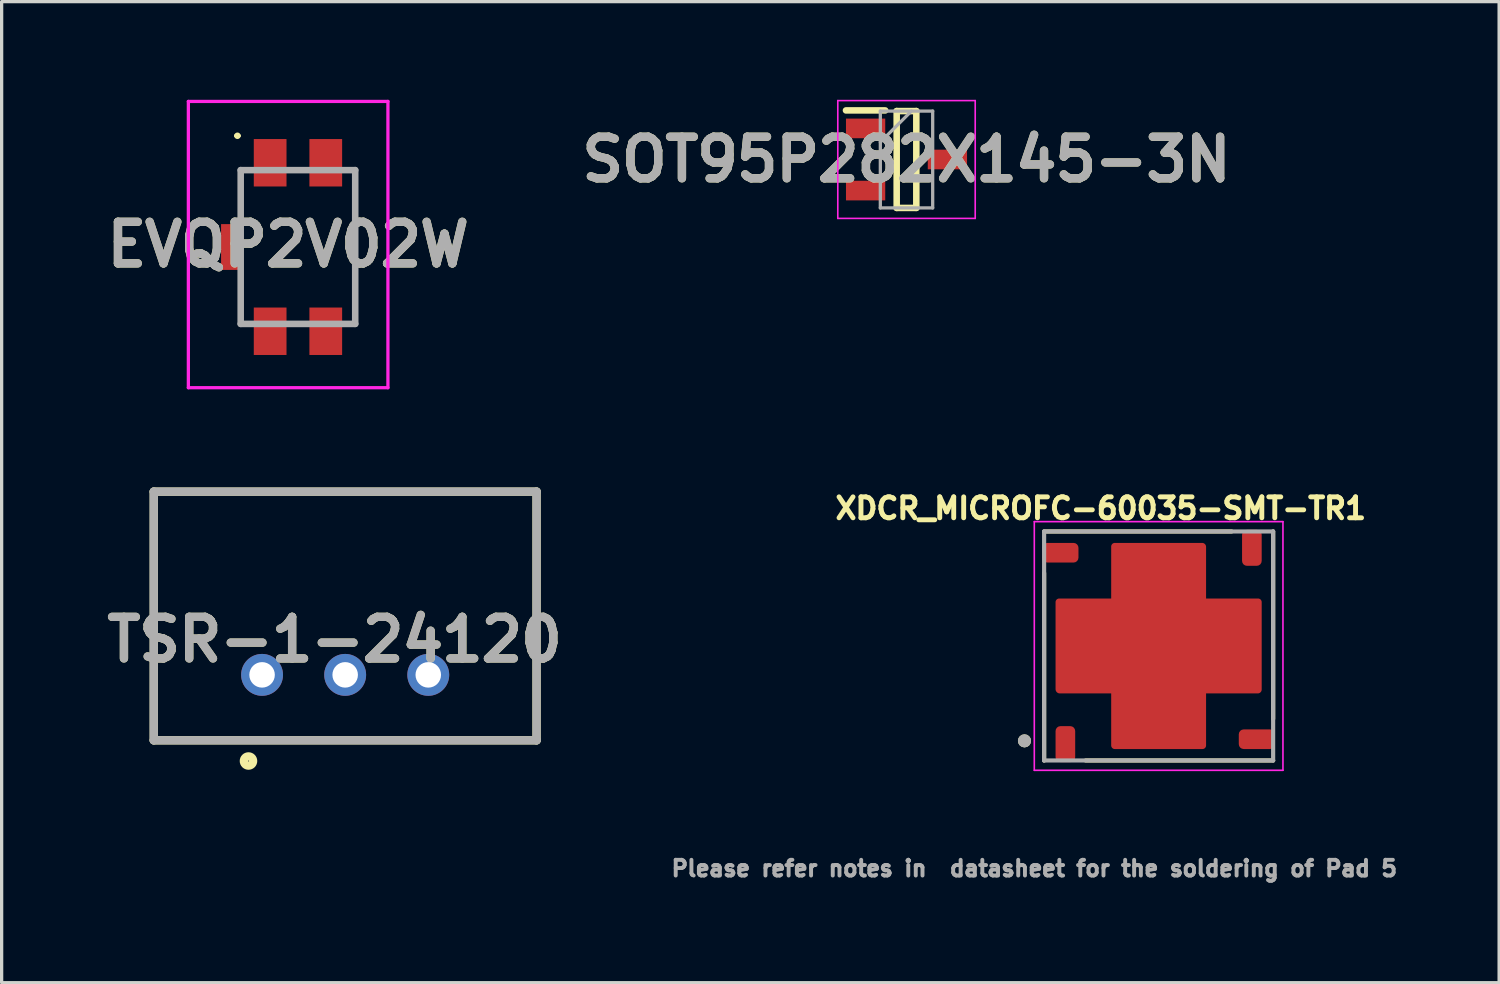
<source format=kicad_pcb>
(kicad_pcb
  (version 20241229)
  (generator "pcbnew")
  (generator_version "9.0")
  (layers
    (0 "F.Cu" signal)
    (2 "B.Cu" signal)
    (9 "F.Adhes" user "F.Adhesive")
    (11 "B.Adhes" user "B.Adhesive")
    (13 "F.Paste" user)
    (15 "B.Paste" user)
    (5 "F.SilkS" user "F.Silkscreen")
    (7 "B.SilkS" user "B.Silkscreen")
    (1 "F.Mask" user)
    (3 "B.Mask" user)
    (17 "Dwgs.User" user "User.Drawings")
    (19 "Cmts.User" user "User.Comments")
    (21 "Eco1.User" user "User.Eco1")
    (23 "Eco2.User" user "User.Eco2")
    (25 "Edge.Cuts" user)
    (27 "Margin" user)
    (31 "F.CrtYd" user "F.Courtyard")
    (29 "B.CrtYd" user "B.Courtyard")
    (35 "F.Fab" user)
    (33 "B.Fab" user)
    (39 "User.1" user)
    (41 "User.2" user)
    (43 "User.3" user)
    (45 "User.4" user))
  (footprint "SOT95P282X145-3N"
    (layer "F.Cu")
    (at 24.657 1.825)
    (property "Reference" "SOT95P282X145-3N" (at 0 0 0) (layer "F.SilkS") (effects (font (size 1.27 1.27) (thickness 0.254))))
    (attr smd)
    (fp_line (start -1.85 -1.5) (end -0.65 -1.5) (stroke (width 0.2) (type solid)) (layer "F.SilkS"))
    (fp_line (start -0.3 -1.48) (end 0.3 -1.48) (stroke (width 0.2) (type solid)) (layer "F.SilkS"))
    (fp_line (start -0.3 1.48) (end -0.3 -1.48) (stroke (width 0.2) (type solid)) (layer "F.SilkS"))
    (fp_line (start 0.3 -1.48) (end 0.3 1.48) (stroke (width 0.2) (type solid)) (layer "F.SilkS"))
    (fp_line (start 0.3 1.48) (end -0.3 1.48) (stroke (width 0.2) (type solid)) (layer "F.SilkS"))
    (fp_line (start -2.1 -1.8) (end 2.1 -1.8) (stroke (width 0.05) (type solid)) (layer "F.CrtYd"))
    (fp_line (start -2.1 1.8) (end -2.1 -1.8) (stroke (width 0.05) (type solid)) (layer "F.CrtYd"))
    (fp_line (start 2.1 -1.8) (end 2.1 1.8) (stroke (width 0.05) (type solid)) (layer "F.CrtYd"))
    (fp_line (start 2.1 1.8) (end -2.1 1.8) (stroke (width 0.05) (type solid)) (layer "F.CrtYd"))
    (fp_line (start -0.8 -1.48) (end 0.8 -1.48) (stroke (width 0.1) (type solid)) (layer "F.Fab"))
    (fp_line (start -0.8 -0.53) (end 0.15 -1.48) (stroke (width 0.1) (type solid)) (layer "F.Fab"))
    (fp_line (start -0.8 1.48) (end -0.8 -1.48) (stroke (width 0.1) (type solid)) (layer "F.Fab"))
    (fp_line (start 0.8 -1.48) (end 0.8 1.48) (stroke (width 0.1) (type solid)) (layer "F.Fab"))
    (fp_line (start 0.8 1.48) (end -0.8 1.48) (stroke (width 0.1) (type solid)) (layer "F.Fab"))
    (fp_text user "${REFERENCE}" (at 0 0 0) (layer "F.Fab") (effects (font (size 1.27 1.27) (thickness 0.254))))
    (pad "1" smd rect (at -1.25 -0.95 90) (size 0.6 1.2) (layers "F.Cu" "F.Mask" "F.Paste"))
    (pad "2" smd rect (at -1.25 0.95 90) (size 0.6 1.2) (layers "F.Cu" "F.Mask" "F.Paste"))
    (pad "3" smd rect (at 1.25 0 90) (size 0.6 1.2) (layers "F.Cu" "F.Mask" "F.Paste")))
  (footprint "XDCR_MICROFC-60035-SMT-TR1"
    (layer "F.Cu")
    (at 32.363 16.694)
    (property "Reference" "XDCR_MICROFC-60035-SMT-TR1" (at -1.768 -4.206 0) (layer "F.SilkS") (effects (font (size 0.64 0.64) (thickness 0.15))))
    (attr smd)
    (fp_poly (pts (xy -1.55 -1.55) (xy -1.55 -3.04) (xy -1.55 -3.051) (xy -1.549 -3.062) (xy -1.547 -3.073) (xy -1.545 -3.084) (xy -1.543 -3.094) (xy -1.54 -3.105) (xy -1.536 -3.115) (xy -1.532 -3.125) (xy -1.527 -3.135) (xy -1.522 -3.145) (xy -1.516 -3.154) (xy -1.51 -3.163) (xy -1.503 -3.172) (xy -1.496 -3.181) (xy -1.488 -3.188) (xy -1.481 -3.196) (xy -1.472 -3.203) (xy -1.463 -3.21) (xy -1.454 -3.216) (xy -1.445 -3.222) (xy -1.435 -3.227) (xy -1.425 -3.232) (xy -1.415 -3.236) (xy -1.405 -3.24) (xy -1.394 -3.243) (xy -1.384 -3.245) (xy -1.373 -3.247) (xy -1.362 -3.249) (xy -1.351 -3.25) (xy -1.34 -3.25) (xy -1.32 -3.25) (xy 1.33 -3.25) (xy 1.342 -3.25) (xy 1.353 -3.249) (xy 1.364 -3.247) (xy 1.376 -3.245) (xy 1.387 -3.243) (xy 1.398 -3.239) (xy 1.409 -3.235) (xy 1.419 -3.231) (xy 1.43 -3.226) (xy 1.44 -3.221) (xy 1.45 -3.215) (xy 1.459 -3.208) (xy 1.468 -3.201) (xy 1.477 -3.193) (xy 1.486 -3.186) (xy 1.493 -3.177) (xy 1.501 -3.168) (xy 1.508 -3.159) (xy 1.515 -3.15) (xy 1.521 -3.14) (xy 1.526 -3.13) (xy 1.531 -3.119) (xy 1.535 -3.109) (xy 1.539 -3.098) (xy 1.543 -3.087) (xy 1.545 -3.076) (xy 1.547 -3.064) (xy 1.549 -3.053) (xy 1.55 -3.042) (xy 1.55 -3.03) (xy 1.55 -1.55) (xy 3.04 -1.55) (xy 3.051 -1.55) (xy 3.062 -1.549) (xy 3.073 -1.547) (xy 3.084 -1.545) (xy 3.094 -1.543) (xy 3.105 -1.54) (xy 3.115 -1.536) (xy 3.125 -1.532) (xy 3.135 -1.527) (xy 3.145 -1.522) (xy 3.154 -1.516) (xy 3.163 -1.51) (xy 3.172 -1.503) (xy 3.181 -1.496) (xy 3.188 -1.488) (xy 3.196 -1.481) (xy 3.203 -1.472) (xy 3.21 -1.463) (xy 3.216 -1.454) (xy 3.222 -1.445) (xy 3.227 -1.435) (xy 3.232 -1.425) (xy 3.236 -1.415) (xy 3.24 -1.405) (xy 3.243 -1.394) (xy 3.245 -1.384) (xy 3.247 -1.373) (xy 3.249 -1.362) (xy 3.25 -1.351) (xy 3.25 -1.34) (xy 3.25 -1.31) (xy 3.25 1.3) (xy 3.25 1.33) (xy 3.25 1.342) (xy 3.249 1.353) (xy 3.247 1.364) (xy 3.245 1.376) (xy 3.243 1.387) (xy 3.239 1.398) (xy 3.235 1.409) (xy 3.231 1.419) (xy 3.226 1.43) (xy 3.221 1.44) (xy 3.215 1.45) (xy 3.208 1.459) (xy 3.201 1.468) (xy 3.193 1.477) (xy 3.186 1.486) (xy 3.177 1.493) (xy 3.168 1.501) (xy 3.159 1.508) (xy 3.15 1.515) (xy 3.14 1.521) (xy 3.13 1.526) (xy 3.119 1.531) (xy 3.109 1.535) (xy 3.098 1.539) (xy 3.087 1.543) (xy 3.076 1.545) (xy 3.064 1.547) (xy 3.053 1.549) (xy 3.042 1.55) (xy 3.03 1.55) (xy 1.55 1.55) (xy 1.55 3.04) (xy 1.55 3.051) (xy 1.549 3.062) (xy 1.547 3.073) (xy 1.545 3.084) (xy 1.543 3.094) (xy 1.54 3.105) (xy 1.536 3.115) (xy 1.532 3.125) (xy 1.527 3.135) (xy 1.522 3.145) (xy 1.516 3.154) (xy 1.51 3.163) (xy 1.503 3.172) (xy 1.496 3.181) (xy 1.488 3.188) (xy 1.481 3.196) (xy 1.472 3.203) (xy 1.463 3.21) (xy 1.454 3.216) (xy 1.445 3.222) (xy 1.435 3.227) (xy 1.425 3.232) (xy 1.415 3.236) (xy 1.405 3.24) (xy 1.394 3.243) (xy 1.384 3.245) (xy 1.373 3.247) (xy 1.362 3.249) (xy 1.351 3.25) (xy 1.34 3.25) (xy 1.31 3.25) (xy -1.32 3.25) (xy -1.34 3.25) (xy -1.351 3.25) (xy -1.362 3.249) (xy -1.373 3.247) (xy -1.384 3.245) (xy -1.394 3.243) (xy -1.405 3.24) (xy -1.415 3.236) (xy -1.425 3.232) (xy -1.435 3.227) (xy -1.445 3.222) (xy -1.454 3.216) (xy -1.463 3.21) (xy -1.472 3.203) (xy -1.481 3.196) (xy -1.488 3.188) (xy -1.496 3.181) (xy -1.503 3.172) (xy -1.51 3.163) (xy -1.516 3.154) (xy -1.522 3.145) (xy -1.527 3.135) (xy -1.532 3.125) (xy -1.536 3.115) (xy -1.54 3.105) (xy -1.543 3.094) (xy -1.545 3.084) (xy -1.547 3.073) (xy -1.549 3.062) (xy -1.55 3.051) (xy -1.55 3.04) (xy -1.55 1.55) (xy -3.02 1.55) (xy -3.032 1.55) (xy -3.044 1.549) (xy -3.056 1.547) (xy -3.068 1.545) (xy -3.08 1.542) (xy -3.091 1.539) (xy -3.102 1.535) (xy -3.114 1.53) (xy -3.124 1.525) (xy -3.135 1.519) (xy -3.145 1.513) (xy -3.155 1.506) (xy -3.165 1.499) (xy -3.174 1.491) (xy -3.183 1.483) (xy -3.191 1.474) (xy -3.199 1.465) (xy -3.206 1.455) (xy -3.213 1.445) (xy -3.219 1.435) (xy -3.225 1.424) (xy -3.23 1.414) (xy -3.235 1.402) (xy -3.239 1.391) (xy -3.242 1.38) (xy -3.245 1.368) (xy -3.247 1.356) (xy -3.249 1.344) (xy -3.25 1.332) (xy -3.25 1.32) (xy -3.25 -1.32) (xy -3.25 -1.34) (xy -3.25 -1.351) (xy -3.249 -1.362) (xy -3.247 -1.373) (xy -3.245 -1.384) (xy -3.243 -1.394) (xy -3.24 -1.405) (xy -3.236 -1.415) (xy -3.232 -1.425) (xy -3.227 -1.435) (xy -3.222 -1.445) (xy -3.216 -1.454) (xy -3.21 -1.463) (xy -3.203 -1.472) (xy -3.196 -1.481) (xy -3.188 -1.488) (xy -3.181 -1.496) (xy -3.172 -1.503) (xy -3.163 -1.51) (xy -3.154 -1.516) (xy -3.145 -1.522) (xy -3.135 -1.527) (xy -3.125 -1.532) (xy -3.115 -1.536) (xy -3.105 -1.54) (xy -3.094 -1.543) (xy -3.084 -1.545) (xy -3.073 -1.547) (xy -3.062 -1.549) (xy -3.051 -1.55) (xy -3.04 -1.55) (xy -1.55 -1.55)) (stroke (width 0.0001) (type solid)) (fill yes) (layer "F.Mask"))
    (fp_line (start -3.5 -3.5) (end 2.23 -3.5) (stroke (width 0.127) (type solid)) (layer "F.SilkS"))
    (fp_line (start -3.5 -2.23) (end -3.5 3.5) (stroke (width 0.127) (type solid)) (layer "F.SilkS"))
    (fp_line (start -2.23 3.5) (end 3.5 3.5) (stroke (width 0.127) (type solid)) (layer "F.SilkS"))
    (fp_line (start 3.5 -3.5) (end 3.5 2.23) (stroke (width 0.127) (type solid)) (layer "F.SilkS"))
    (fp_circle (center -4.1 2.9) (end -4 2.9) (stroke (width 0.2) (type solid)) (fill no) (layer "F.SilkS"))
    (fp_poly (pts (xy -3.325 -0.6) (xy -1.275 -0.6) (xy -1.275 0.6) (xy -3.325 0.6)) (stroke (width 0.01) (type solid)) (fill yes) (layer "F.Paste"))
    (fp_poly (pts (xy -1.025 -2.9) (xy 1.025 -2.9) (xy 1.025 -1.7) (xy -1.025 -1.7)) (stroke (width 0.01) (type solid)) (fill yes) (layer "F.Paste"))
    (fp_poly (pts (xy -1.025 -1.025) (xy 1.025 -1.025) (xy 1.025 1.025) (xy -1.025 1.025)) (stroke (width 0.01) (type solid)) (fill yes) (layer "F.Paste"))
    (fp_poly (pts (xy -1.025 1.7) (xy 1.025 1.7) (xy 1.025 2.9) (xy -1.025 2.9)) (stroke (width 0.01) (type solid)) (fill yes) (layer "F.Paste"))
    (fp_poly (pts (xy 1.275 -0.6) (xy 3.325 -0.6) (xy 3.325 0.6) (xy 1.275 0.6)) (stroke (width 0.01) (type solid)) (fill yes) (layer "F.Paste"))
    (fp_line (start -3.8 -3.8) (end 3.8 -3.8) (stroke (width 0.05) (type solid)) (layer "F.CrtYd"))
    (fp_line (start -3.8 3.8) (end -3.8 -3.8) (stroke (width 0.05) (type solid)) (layer "F.CrtYd"))
    (fp_line (start 3.8 -3.8) (end 3.8 3.8) (stroke (width 0.05) (type solid)) (layer "F.CrtYd"))
    (fp_line (start 3.8 3.8) (end -3.8 3.8) (stroke (width 0.05) (type solid)) (layer "F.CrtYd"))
    (fp_line (start -3.5 -3.5) (end 3.5 -3.5) (stroke (width 0.127) (type solid)) (layer "F.Fab"))
    (fp_line (start -3.5 3.5) (end -3.5 -3.5) (stroke (width 0.127) (type solid)) (layer "F.Fab"))
    (fp_line (start 3.5 -3.5) (end 3.5 3.5) (stroke (width 0.127) (type solid)) (layer "F.Fab"))
    (fp_line (start 3.5 3.5) (end -3.5 3.5) (stroke (width 0.127) (type solid)) (layer "F.Fab"))
    (fp_circle (center -4.1 2.9) (end -4 2.9) (stroke (width 0.2) (type solid)) (fill no) (layer "F.Fab"))
    (fp_text user "Please refer notes in  datasheet for the soldering of Pad 5" (at -3.8 6.8 0) (layer "F.Fab") (effects (font (size 0.48 0.48) (thickness 0.15))))
    (pad "1" smd roundrect (at -2.85 3) (size 0.6 1.1) (layers "F.Cu" "F.Mask" "F.Paste") (roundrect_rratio 0.25))
    (pad "2" smd roundrect (at 3 2.85) (size 1.1 0.6) (layers "F.Cu" "F.Mask" "F.Paste") (roundrect_rratio 0.25))
    (pad "3" smd roundrect (at 2.85 -3) (size 0.6 1.1) (layers "F.Cu" "F.Mask" "F.Paste") (roundrect_rratio 0.25))
    (pad "4" smd roundrect (at -3 -2.85) (size 1.1 0.6) (layers "F.Cu" "F.Mask" "F.Paste") (roundrect_rratio 0.25))
    (pad "5" smd custom (at 0 0) (size 2.9 2.9) (layers "F.Cu") (options (anchor rect)) (primitives (gr_poly (pts (xy -1.45 -1.45) (xy -1.45 -3.04) (xy -1.45 -3.046) (xy -1.449 -3.051) (xy -1.449 -3.057) (xy -1.448 -3.063) (xy -1.446 -3.068) (xy -1.445 -3.074) (xy -1.443 -3.079) (xy -1.44 -3.085) (xy -1.438 -3.09) (xy -1.435 -3.095) (xy -1.432 -3.1) (xy -1.429 -3.105) (xy -1.425 -3.109) (xy -1.422 -3.114) (xy -1.418 -3.118) (xy -1.414 -3.122) (xy -1.409 -3.125) (xy -1.405 -3.129) (xy -1.4 -3.132) (xy -1.395 -3.135) (xy -1.39 -3.138) (xy -1.385 -3.14) (xy -1.379 -3.143) (xy -1.374 -3.145) (xy -1.368 -3.146) (xy -1.363 -3.148) (xy -1.357 -3.149) (xy -1.351 -3.149) (xy -1.346 -3.15) (xy -1.34 -3.15) (xy -1.32 -3.15) (xy 1.33 -3.15) (xy 1.336 -3.15) (xy 1.343 -3.149) (xy 1.349 -3.149) (xy 1.355 -3.147) (xy 1.361 -3.146) (xy 1.367 -3.144) (xy 1.373 -3.142) (xy 1.379 -3.14) (xy 1.384 -3.137) (xy 1.39 -3.134) (xy 1.395 -3.131) (xy 1.401 -3.127) (xy 1.406 -3.123) (xy 1.41 -3.119) (xy 1.415 -3.115) (xy 1.419 -3.11) (xy 1.423 -3.106) (xy 1.427 -3.101) (xy 1.431 -3.095) (xy 1.434 -3.09) (xy 1.437 -3.084) (xy 1.44 -3.079) (xy 1.442 -3.073) (xy 1.444 -3.067) (xy 1.446 -3.061) (xy 1.447 -3.055) (xy 1.449 -3.049) (xy 1.449 -3.043) (xy 1.45 -3.036) (xy 1.45 -3.03) (xy 1.45 -1.45) (xy 3.04 -1.45) (xy 3.046 -1.45) (xy 3.051 -1.449) (xy 3.057 -1.449) (xy 3.063 -1.448) (xy 3.068 -1.446) (xy 3.074 -1.445) (xy 3.079 -1.443) (xy 3.085 -1.44) (xy 3.09 -1.438) (xy 3.095 -1.435) (xy 3.1 -1.432) (xy 3.105 -1.429) (xy 3.109 -1.425) (xy 3.114 -1.422) (xy 3.118 -1.418) (xy 3.122 -1.414) (xy 3.125 -1.409) (xy 3.129 -1.405) (xy 3.132 -1.4) (xy 3.135 -1.395) (xy 3.138 -1.39) (xy 3.14 -1.385) (xy 3.143 -1.379) (xy 3.145 -1.374) (xy 3.146 -1.368) (xy 3.148 -1.363) (xy 3.149 -1.357) (xy 3.149 -1.351) (xy 3.15 -1.346) (xy 3.15 -1.34) (xy 3.15 -1.31) (xy 3.15 1.3) (xy 3.15 1.33) (xy 3.15 1.336) (xy 3.149 1.343) (xy 3.149 1.349) (xy 3.147 1.355) (xy 3.146 1.361) (xy 3.144 1.367) (xy 3.142 1.373) (xy 3.14 1.379) (xy 3.137 1.384) (xy 3.134 1.39) (xy 3.131 1.395) (xy 3.127 1.401) (xy 3.123 1.406) (xy 3.119 1.41) (xy 3.115 1.415) (xy 3.11 1.419) (xy 3.106 1.423) (xy 3.101 1.427) (xy 3.095 1.431) (xy 3.09 1.434) (xy 3.084 1.437) (xy 3.079 1.44) (xy 3.073 1.442) (xy 3.067 1.444) (xy 3.061 1.446) (xy 3.055 1.447) (xy 3.049 1.449) (xy 3.043 1.449) (xy 3.036 1.45) (xy 3.03 1.45) (xy 1.45 1.45) (xy 1.45 3.04) (xy 1.45 3.046) (xy 1.449 3.051) (xy 1.449 3.057) (xy 1.448 3.063) (xy 1.446 3.068) (xy 1.445 3.074) (xy 1.443 3.079) (xy 1.44 3.085) (xy 1.438 3.09) (xy 1.435 3.095) (xy 1.432 3.1) (xy 1.429 3.105) (xy 1.425 3.109) (xy 1.422 3.114) (xy 1.418 3.118) (xy 1.414 3.122) (xy 1.409 3.125) (xy 1.405 3.129) (xy 1.4 3.132) (xy 1.395 3.135) (xy 1.39 3.138) (xy 1.385 3.14) (xy 1.379 3.143) (xy 1.374 3.145) (xy 1.368 3.146) (xy 1.363 3.148) (xy 1.357 3.149) (xy 1.351 3.149) (xy 1.346 3.15) (xy 1.34 3.15) (xy 1.31 3.15) (xy -1.32 3.15) (xy -1.34 3.15) (xy -1.346 3.15) (xy -1.351 3.149) (xy -1.357 3.149) (xy -1.363 3.148) (xy -1.368 3.146) (xy -1.374 3.145) (xy -1.379 3.143) (xy -1.385 3.14) (xy -1.39 3.138) (xy -1.395 3.135) (xy -1.4 3.132) (xy -1.405 3.129) (xy -1.409 3.125) (xy -1.414 3.122) (xy -1.418 3.118) (xy -1.422 3.114) (xy -1.425 3.109) (xy -1.429 3.105) (xy -1.432 3.1) (xy -1.435 3.095) (xy -1.438 3.09) (xy -1.44 3.085) (xy -1.443 3.079) (xy -1.445 3.074) (xy -1.446 3.068) (xy -1.448 3.063) (xy -1.449 3.057) (xy -1.449 3.051) (xy -1.45 3.046) (xy -1.45 3.04) (xy -1.45 1.45) (xy -3.02 1.45) (xy -3.027 1.45) (xy -3.034 1.449) (xy -3.04 1.448) (xy -3.047 1.447) (xy -3.054 1.446) (xy -3.06 1.444) (xy -3.067 1.441) (xy -3.073 1.439) (xy -3.079 1.436) (xy -3.085 1.433) (xy -3.091 1.429) (xy -3.096 1.425) (xy -3.102 1.421) (xy -3.107 1.417) (xy -3.112 1.412) (xy -3.117 1.407) (xy -3.121 1.402) (xy -3.125 1.396) (xy -3.129 1.391) (xy -3.133 1.385) (xy -3.136 1.379) (xy -3.139 1.373) (xy -3.141 1.367) (xy -3.144 1.36) (xy -3.146 1.354) (xy -3.147 1.347) (xy -3.148 1.34) (xy -3.149 1.334) (xy -3.15 1.327) (xy -3.15 1.32) (xy -3.15 -1.32) (xy -3.15 -1.34) (xy -3.15 -1.346) (xy -3.149 -1.351) (xy -3.149 -1.357) (xy -3.148 -1.363) (xy -3.146 -1.368) (xy -3.145 -1.374) (xy -3.143 -1.379) (xy -3.14 -1.385) (xy -3.138 -1.39) (xy -3.135 -1.395) (xy -3.132 -1.4) (xy -3.129 -1.405) (xy -3.125 -1.409) (xy -3.122 -1.414) (xy -3.118 -1.418) (xy -3.114 -1.422) (xy -3.109 -1.425) (xy -3.105 -1.429) (xy -3.1 -1.432) (xy -3.095 -1.435) (xy -3.09 -1.438) (xy -3.085 -1.44) (xy -3.079 -1.443) (xy -3.074 -1.445) (xy -3.068 -1.446) (xy -3.063 -1.448) (xy -3.057 -1.449) (xy -3.051 -1.449) (xy -3.046 -1.45) (xy -3.04 -1.45) (xy -1.45 -1.45)) (width 0.0001) (fill yes)))))
  (footprint "TSR-1-24120"
    (layer "F.Cu")
    (at 7.5 17.577)
    (property "Reference" "TSR-1-24120" (at -0.321 -1.077 0) (layer "F.SilkS") (effects (font (size 1.27 1.27) (thickness 0.254))))
    (attr through_hole)
    (fp_line (start -5.85 -5.6) (end -5.85 2) (stroke (width 0.254) (type solid)) (layer "F.SilkS"))
    (fp_line (start -5.85 2) (end 5.85 2) (stroke (width 0.254) (type solid)) (layer "F.SilkS"))
    (fp_line (start 5.85 -5.6) (end -5.85 -5.6) (stroke (width 0.254) (type solid)) (layer "F.SilkS"))
    (fp_line (start 5.85 2) (end 5.85 -5.6) (stroke (width 0.254) (type solid)) (layer "F.SilkS"))
    (fp_circle (center -2.955 2.633) (end -2.955 2.774) (stroke (width 0.254) (type solid)) (fill no) (layer "F.SilkS"))
    (fp_line (start -5.85 -5.6) (end 5.85 -5.6) (stroke (width 0.254) (type solid)) (layer "F.Fab"))
    (fp_line (start -5.85 2) (end -5.85 -5.6) (stroke (width 0.254) (type solid)) (layer "F.Fab"))
    (fp_line (start 5.85 -5.6) (end 5.85 2) (stroke (width 0.254) (type solid)) (layer "F.Fab"))
    (fp_line (start 5.85 2) (end -5.85 2) (stroke (width 0.254) (type solid)) (layer "F.Fab"))
    (fp_text user "${REFERENCE}" (at -0.321 -1.077 0) (layer "F.Fab") (effects (font (size 1.27 1.27) (thickness 0.254))))
    (pad "1" thru_hole circle (at -2.54 0) (size 1.28 1.28) (drill 0.78) (layers "*.Cu" "*.Mask"))
    (pad "2" thru_hole circle (at 0 0) (size 1.28 1.28) (drill 0.78) (layers "*.Cu" "*.Mask"))
    (pad "3" thru_hole circle (at 2.54 0) (size 1.28 1.28) (drill 0.78) (layers "*.Cu" "*.Mask")))
  (footprint "EVQP2V02W"
    (layer "F.Cu")
    (at 6.057 4.5)
    (property "Reference" "EVQP2V02W" (at -0.3 -0.075 0) (layer "F.SilkS") (effects (font (size 1.27 1.27) (thickness 0.254))))
    (attr smd)
    (fp_line (start -1.9 -3.4) (end -1.9 -3.4) (stroke (width 0.1) (type solid)) (layer "F.SilkS"))
    (fp_line (start -1.8 -3.4) (end -1.8 -3.4) (stroke (width 0.1) (type solid)) (layer "F.SilkS"))
    (fp_line (start -1.75 -1.3) (end -1.75 -2.35) (stroke (width 0.1) (type solid)) (layer "F.SilkS"))
    (fp_line (start -1.75 2.35) (end -1.75 1.3) (stroke (width 0.1) (type solid)) (layer "F.SilkS"))
    (fp_line (start 1.75 2.35) (end 1.75 -2.35) (stroke (width 0.1) (type solid)) (layer "F.SilkS"))
    (fp_line (start 1.75 2.35) (end 1.75 2.35) (stroke (width 0.1) (type solid)) (layer "F.SilkS"))
    (fp_arc (start -1.9 -3.4) (mid -1.85 -3.45) (end -1.8 -3.4) (stroke (width 0.1) (type solid)) (layer "F.SilkS"))
    (fp_arc (start -1.8 -3.4) (mid -1.85 -3.35) (end -1.9 -3.4) (stroke (width 0.1) (type solid)) (layer "F.SilkS"))
    (fp_line (start -3.35 -4.45) (end 2.75 -4.45) (stroke (width 0.1) (type solid)) (layer "F.CrtYd"))
    (fp_line (start -3.35 4.3) (end -3.35 -4.45) (stroke (width 0.1) (type solid)) (layer "F.CrtYd"))
    (fp_line (start 2.75 -4.45) (end 2.75 4.3) (stroke (width 0.1) (type solid)) (layer "F.CrtYd"))
    (fp_line (start 2.75 4.3) (end -3.35 4.3) (stroke (width 0.1) (type solid)) (layer "F.CrtYd"))
    (fp_line (start -1.75 -2.35) (end 1.75 -2.35) (stroke (width 0.2) (type solid)) (layer "F.Fab"))
    (fp_line (start -1.75 2.35) (end -1.75 -2.35) (stroke (width 0.2) (type solid)) (layer "F.Fab"))
    (fp_line (start 1.75 -2.35) (end 1.75 2.35) (stroke (width 0.2) (type solid)) (layer "F.Fab"))
    (fp_line (start 1.75 2.35) (end -1.75 2.35) (stroke (width 0.2) (type solid)) (layer "F.Fab"))
    (fp_text user "${REFERENCE}" (at -0.3 -0.075 0) (layer "F.Fab") (effects (font (size 1.27 1.27) (thickness 0.254))))
    (pad "1" smd rect (at -0.85 -2.575) (size 1 1.45) (layers "F.Cu" "F.Mask" "F.Paste"))
    (pad "2" smd rect (at 0.85 -2.575) (size 1 1.45) (layers "F.Cu" "F.Mask" "F.Paste"))
    (pad "3" smd rect (at -0.85 2.575) (size 1 1.45) (layers "F.Cu" "F.Mask" "F.Paste"))
    (pad "4" smd rect (at 0.85 2.575) (size 1 1.45) (layers "F.Cu" "F.Mask" "F.Paste"))
    (pad "5" smd rect (at -2.025 0) (size 0.65 1.4) (layers "F.Cu" "F.Mask" "F.Paste")))
  (gr_rect
    (start -3 -3)
    (end 42.77 26.985)
    (stroke (width 0.1) (type default))
    (fill no)
    (layer "Edge.Cuts")))
</source>
